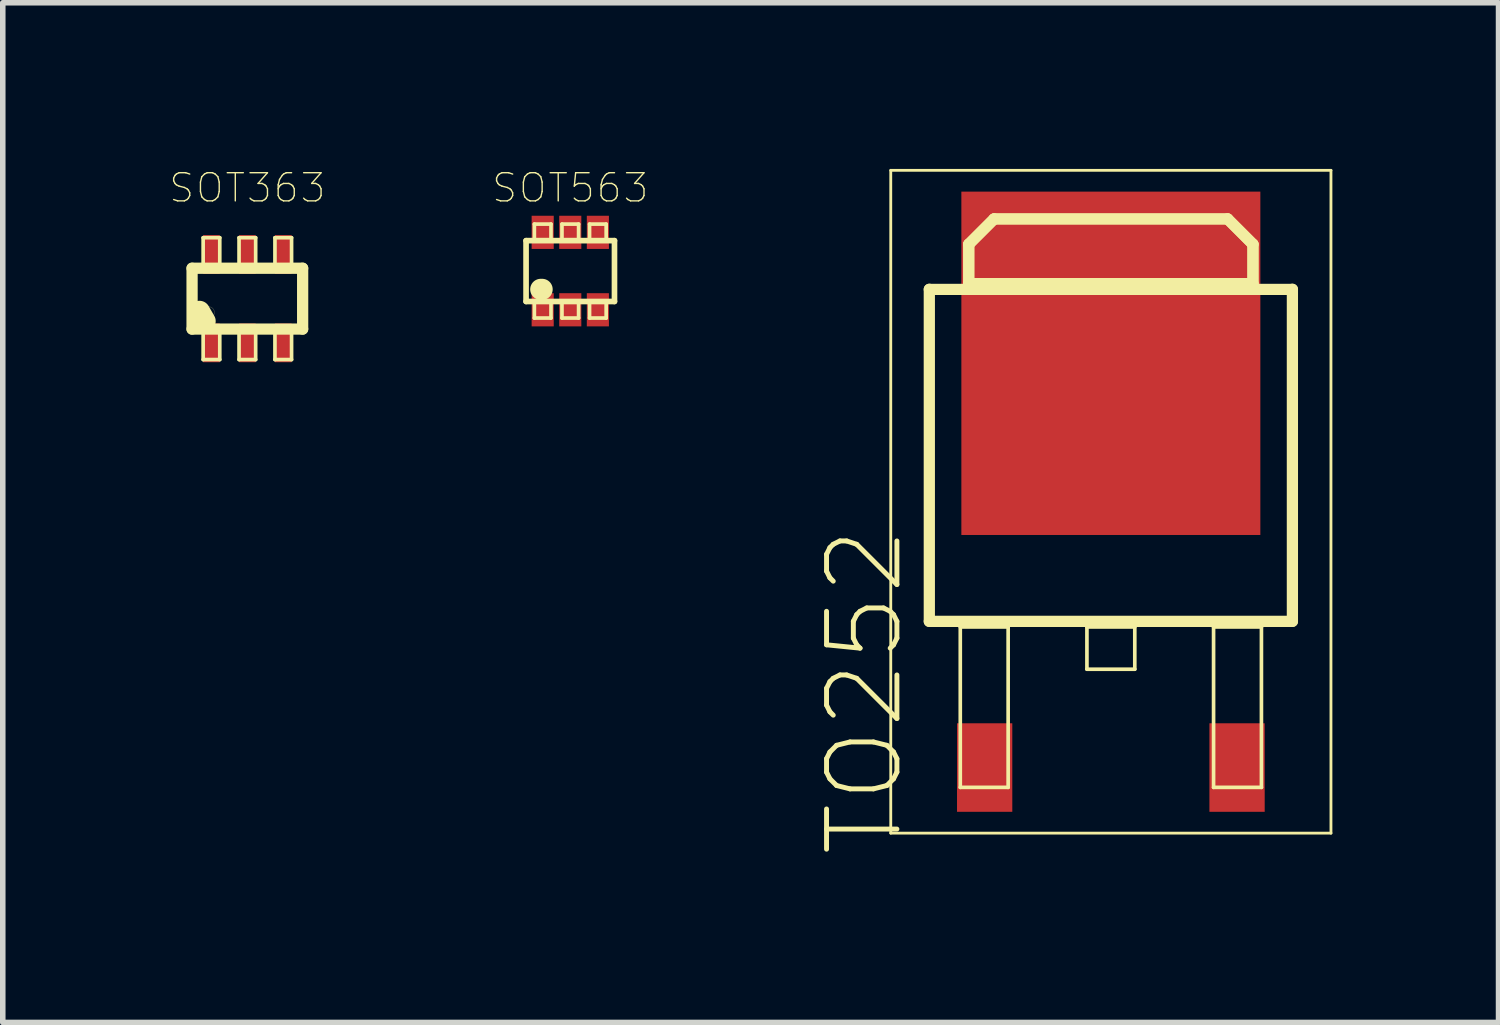
<source format=kicad_pcb>
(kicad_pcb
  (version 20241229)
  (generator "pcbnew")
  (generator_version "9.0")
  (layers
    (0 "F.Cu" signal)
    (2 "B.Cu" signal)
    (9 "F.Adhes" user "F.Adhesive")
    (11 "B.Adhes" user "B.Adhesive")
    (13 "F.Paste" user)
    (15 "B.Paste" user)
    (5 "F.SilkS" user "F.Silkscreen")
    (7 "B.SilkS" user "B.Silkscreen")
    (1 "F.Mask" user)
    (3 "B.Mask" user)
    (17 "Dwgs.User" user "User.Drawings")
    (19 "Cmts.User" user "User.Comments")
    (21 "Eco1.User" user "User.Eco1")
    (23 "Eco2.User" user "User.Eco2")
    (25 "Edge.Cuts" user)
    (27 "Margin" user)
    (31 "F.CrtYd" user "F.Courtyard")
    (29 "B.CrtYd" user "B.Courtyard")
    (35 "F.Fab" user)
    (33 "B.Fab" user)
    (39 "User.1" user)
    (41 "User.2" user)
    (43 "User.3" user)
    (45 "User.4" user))
  (footprint "TO252"
    (layer "F.Cu")
    (at 17.002 10.071)
    (property "Reference" "TO252" (at -4.445 -0.635 90) (layer "F.SilkS") (effects (font (size 1.27 1.27) (thickness 0.089))))
    (attr smd)
    (fp_line (start -3.973 -10.046) (end 3.973 -10.046) (stroke (width 0.051) (type solid)) (layer "F.SilkS"))
    (fp_line (start -3.973 1.918) (end -3.973 -10.046) (stroke (width 0.051) (type solid)) (layer "F.SilkS"))
    (fp_line (start -3.277 -7.897) (end 3.277 -7.897) (stroke (width 0.203) (type solid)) (layer "F.SilkS"))
    (fp_line (start -3.277 -1.905) (end -3.277 -7.899) (stroke (width 0.203) (type solid)) (layer "F.SilkS"))
    (fp_line (start -2.718 -1.803) (end -1.854 -1.803) (stroke (width 0.066) (type solid)) (layer "F.SilkS"))
    (fp_line (start -2.718 1.092) (end -2.718 -1.803) (stroke (width 0.066) (type solid)) (layer "F.SilkS"))
    (fp_line (start -2.718 1.092) (end -1.854 1.092) (stroke (width 0.066) (type solid)) (layer "F.SilkS"))
    (fp_line (start -2.565 -8.712) (end -2.108 -9.169) (stroke (width 0.198) (type solid)) (layer "F.SilkS"))
    (fp_line (start -2.565 -8.712) (end -2.108 -9.169) (stroke (width 0.203) (type solid)) (layer "F.SilkS"))
    (fp_line (start -2.565 -8.001) (end -2.565 -8.712) (stroke (width 0.198) (type solid)) (layer "F.SilkS"))
    (fp_line (start -2.565 -8.001) (end -2.565 -8.712) (stroke (width 0.203) (type solid)) (layer "F.SilkS"))
    (fp_line (start -2.108 -9.169) (end 2.108 -9.169) (stroke (width 0.198) (type solid)) (layer "F.SilkS"))
    (fp_line (start -2.108 -9.169) (end 2.108 -9.169) (stroke (width 0.203) (type solid)) (layer "F.SilkS"))
    (fp_line (start -1.854 1.092) (end -1.854 -1.803) (stroke (width 0.066) (type solid)) (layer "F.SilkS"))
    (fp_line (start -0.432 -1.803) (end 0.432 -1.803) (stroke (width 0.066) (type solid)) (layer "F.SilkS"))
    (fp_line (start -0.432 -1.041) (end -0.432 -1.803) (stroke (width 0.066) (type solid)) (layer "F.SilkS"))
    (fp_line (start -0.432 -1.041) (end 0.432 -1.041) (stroke (width 0.066) (type solid)) (layer "F.SilkS"))
    (fp_line (start 0.432 -1.041) (end 0.432 -1.803) (stroke (width 0.066) (type solid)) (layer "F.SilkS"))
    (fp_line (start 1.854 -1.803) (end 2.718 -1.803) (stroke (width 0.066) (type solid)) (layer "F.SilkS"))
    (fp_line (start 1.854 1.092) (end 1.854 -1.803) (stroke (width 0.066) (type solid)) (layer "F.SilkS"))
    (fp_line (start 1.854 1.092) (end 2.718 1.092) (stroke (width 0.066) (type solid)) (layer "F.SilkS"))
    (fp_line (start 2.108 -9.169) (end 2.565 -8.712) (stroke (width 0.198) (type solid)) (layer "F.SilkS"))
    (fp_line (start 2.108 -9.169) (end 2.565 -8.712) (stroke (width 0.203) (type solid)) (layer "F.SilkS"))
    (fp_line (start 2.565 -8.712) (end 2.565 -8.001) (stroke (width 0.198) (type solid)) (layer "F.SilkS"))
    (fp_line (start 2.565 -8.712) (end 2.565 -8.001) (stroke (width 0.203) (type solid)) (layer "F.SilkS"))
    (fp_line (start 2.565 -8.001) (end -2.565 -8.001) (stroke (width 0.198) (type solid)) (layer "F.SilkS"))
    (fp_line (start 2.565 -8.001) (end -2.565 -8.001) (stroke (width 0.203) (type solid)) (layer "F.SilkS"))
    (fp_line (start 2.718 1.092) (end 2.718 -1.803) (stroke (width 0.066) (type solid)) (layer "F.SilkS"))
    (fp_line (start 3.277 -7.899) (end 3.277 -1.905) (stroke (width 0.203) (type solid)) (layer "F.SilkS"))
    (fp_line (start 3.277 -1.905) (end -3.277 -1.905) (stroke (width 0.203) (type solid)) (layer "F.SilkS"))
    (fp_line (start 3.973 -10.046) (end 3.973 1.918) (stroke (width 0.051) (type solid)) (layer "F.SilkS"))
    (fp_line (start 3.973 1.918) (end -3.973 1.918) (stroke (width 0.051) (type solid)) (layer "F.SilkS"))
    (pad "1" smd rect (at -2.278 0.734) (size 0.998 1.598) (layers "F.Cu" "F.Mask" "F.Paste"))
    (pad "2" smd rect (at 0 -6.563) (size 5.397 6.198) (layers "F.Cu" "F.Mask" "F.Paste"))
    (pad "3" smd rect (at 2.278 0.734) (size 0.998 1.598) (layers "F.Cu" "F.Mask" "F.Paste")))
  (footprint "SOT563"
    (layer "F.Cu")
    (at 7.244 1.843)
    (property "Reference" "SOT563" (at 0 -1.501 0) (layer "F.SilkS") (effects (font (size 0.508 0.508) (thickness 0.025))))
    (attr smd)
    (fp_line (start -0.798 -0.549) (end -0.798 0.549) (stroke (width 0.102) (type solid)) (layer "F.SilkS"))
    (fp_line (start -0.798 -0.549) (end 0.798 -0.549) (stroke (width 0.102) (type solid)) (layer "F.SilkS"))
    (fp_line (start -0.798 0.549) (end 0.798 0.549) (stroke (width 0.102) (type solid)) (layer "F.SilkS"))
    (fp_line (start -0.648 -0.848) (end -0.348 -0.848) (stroke (width 0.066) (type solid)) (layer "F.SilkS"))
    (fp_line (start -0.648 -0.549) (end -0.648 -0.848) (stroke (width 0.066) (type solid)) (layer "F.SilkS"))
    (fp_line (start -0.648 -0.549) (end -0.348 -0.549) (stroke (width 0.066) (type solid)) (layer "F.SilkS"))
    (fp_line (start -0.648 0.549) (end -0.348 0.549) (stroke (width 0.066) (type solid)) (layer "F.SilkS"))
    (fp_line (start -0.648 0.848) (end -0.648 0.549) (stroke (width 0.066) (type solid)) (layer "F.SilkS"))
    (fp_line (start -0.648 0.848) (end -0.348 0.848) (stroke (width 0.066) (type solid)) (layer "F.SilkS"))
    (fp_line (start -0.533 0.33) (end -0.508 0.33) (stroke (width 0.381) (type solid)) (layer "F.SilkS"))
    (fp_line (start -0.348 -0.549) (end -0.348 -0.848) (stroke (width 0.066) (type solid)) (layer "F.SilkS"))
    (fp_line (start -0.348 0.848) (end -0.348 0.549) (stroke (width 0.066) (type solid)) (layer "F.SilkS"))
    (fp_line (start -0.15 -0.848) (end 0.15 -0.848) (stroke (width 0.066) (type solid)) (layer "F.SilkS"))
    (fp_line (start -0.15 -0.549) (end -0.15 -0.848) (stroke (width 0.066) (type solid)) (layer "F.SilkS"))
    (fp_line (start -0.15 -0.549) (end 0.15 -0.549) (stroke (width 0.066) (type solid)) (layer "F.SilkS"))
    (fp_line (start -0.15 0.549) (end 0.15 0.549) (stroke (width 0.066) (type solid)) (layer "F.SilkS"))
    (fp_line (start -0.15 0.848) (end -0.15 0.549) (stroke (width 0.066) (type solid)) (layer "F.SilkS"))
    (fp_line (start -0.15 0.848) (end 0.15 0.848) (stroke (width 0.066) (type solid)) (layer "F.SilkS"))
    (fp_line (start 0.15 -0.549) (end 0.15 -0.848) (stroke (width 0.066) (type solid)) (layer "F.SilkS"))
    (fp_line (start 0.15 0.848) (end 0.15 0.549) (stroke (width 0.066) (type solid)) (layer "F.SilkS"))
    (fp_line (start 0.348 -0.848) (end 0.648 -0.848) (stroke (width 0.066) (type solid)) (layer "F.SilkS"))
    (fp_line (start 0.348 -0.549) (end 0.348 -0.848) (stroke (width 0.066) (type solid)) (layer "F.SilkS"))
    (fp_line (start 0.348 -0.549) (end 0.648 -0.549) (stroke (width 0.066) (type solid)) (layer "F.SilkS"))
    (fp_line (start 0.348 0.549) (end 0.648 0.549) (stroke (width 0.066) (type solid)) (layer "F.SilkS"))
    (fp_line (start 0.348 0.848) (end 0.348 0.549) (stroke (width 0.066) (type solid)) (layer "F.SilkS"))
    (fp_line (start 0.348 0.848) (end 0.648 0.848) (stroke (width 0.066) (type solid)) (layer "F.SilkS"))
    (fp_line (start 0.648 -0.549) (end 0.648 -0.848) (stroke (width 0.066) (type solid)) (layer "F.SilkS"))
    (fp_line (start 0.648 0.848) (end 0.648 0.549) (stroke (width 0.066) (type solid)) (layer "F.SilkS"))
    (fp_line (start 0.798 0.549) (end 0.798 -0.549) (stroke (width 0.102) (type solid)) (layer "F.SilkS"))
    (fp_circle (center -0.574 0.323) (end -0.61 0.358) (stroke (width 0.003) (type solid)) (fill no) (layer "F.SilkS"))
    (pad "1" smd rect (at -0.498 0.699) (size 0.399 0.599) (layers "F.Cu" "F.Mask" "F.Paste"))
    (pad "2" smd rect (at 0 0.699) (size 0.399 0.599) (layers "F.Cu" "F.Mask" "F.Paste"))
    (pad "3" smd rect (at 0.498 0.699) (size 0.399 0.599) (layers "F.Cu" "F.Mask" "F.Paste"))
    (pad "4" smd rect (at 0.498 -0.699) (size 0.399 0.599) (layers "F.Cu" "F.Mask" "F.Paste"))
    (pad "5" smd rect (at 0 -0.699) (size 0.399 0.599) (layers "F.Cu" "F.Mask" "F.Paste"))
    (pad "6" smd rect (at -0.498 -0.699) (size 0.399 0.599) (layers "F.Cu" "F.Mask" "F.Paste")))
  (footprint "SOT363"
    (layer "F.Cu")
    (at 1.415 2.341)
    (property "Reference" "SOT363" (at 0 -1.999 0) (layer "F.SilkS") (effects (font (size 0.508 0.508) (thickness 0.025))))
    (attr smd)
    (fp_line (start -0.998 -0.549) (end 0.998 -0.549) (stroke (width 0.203) (type solid)) (layer "F.SilkS"))
    (fp_line (start -0.998 0.549) (end -0.998 -0.549) (stroke (width 0.203) (type solid)) (layer "F.SilkS"))
    (fp_line (start -0.864 0.229) (end -0.762 0.406) (stroke (width 0.381) (type solid)) (layer "F.SilkS"))
    (fp_line (start -0.798 -1.1) (end -0.498 -1.1) (stroke (width 0.066) (type solid)) (layer "F.SilkS"))
    (fp_line (start -0.798 -0.599) (end -0.798 -1.1) (stroke (width 0.066) (type solid)) (layer "F.SilkS"))
    (fp_line (start -0.798 -0.599) (end -0.498 -0.599) (stroke (width 0.066) (type solid)) (layer "F.SilkS"))
    (fp_line (start -0.798 0.599) (end -0.498 0.599) (stroke (width 0.066) (type solid)) (layer "F.SilkS"))
    (fp_line (start -0.798 1.1) (end -0.798 0.599) (stroke (width 0.066) (type solid)) (layer "F.SilkS"))
    (fp_line (start -0.798 1.1) (end -0.498 1.1) (stroke (width 0.066) (type solid)) (layer "F.SilkS"))
    (fp_line (start -0.498 -0.599) (end -0.498 -1.1) (stroke (width 0.066) (type solid)) (layer "F.SilkS"))
    (fp_line (start -0.498 1.1) (end -0.498 0.599) (stroke (width 0.066) (type solid)) (layer "F.SilkS"))
    (fp_line (start -0.15 -1.1) (end 0.15 -1.1) (stroke (width 0.066) (type solid)) (layer "F.SilkS"))
    (fp_line (start -0.15 -0.599) (end -0.15 -1.1) (stroke (width 0.066) (type solid)) (layer "F.SilkS"))
    (fp_line (start -0.15 -0.599) (end 0.15 -0.599) (stroke (width 0.066) (type solid)) (layer "F.SilkS"))
    (fp_line (start -0.15 0.599) (end 0.15 0.599) (stroke (width 0.066) (type solid)) (layer "F.SilkS"))
    (fp_line (start -0.15 1.1) (end -0.15 0.599) (stroke (width 0.066) (type solid)) (layer "F.SilkS"))
    (fp_line (start -0.15 1.1) (end 0.15 1.1) (stroke (width 0.066) (type solid)) (layer "F.SilkS"))
    (fp_line (start 0.15 -0.599) (end 0.15 -1.1) (stroke (width 0.066) (type solid)) (layer "F.SilkS"))
    (fp_line (start 0.15 1.1) (end 0.15 0.599) (stroke (width 0.066) (type solid)) (layer "F.SilkS"))
    (fp_line (start 0.498 -1.1) (end 0.798 -1.1) (stroke (width 0.066) (type solid)) (layer "F.SilkS"))
    (fp_line (start 0.498 -0.599) (end 0.498 -1.1) (stroke (width 0.066) (type solid)) (layer "F.SilkS"))
    (fp_line (start 0.498 -0.599) (end 0.798 -0.599) (stroke (width 0.066) (type solid)) (layer "F.SilkS"))
    (fp_line (start 0.498 0.599) (end 0.798 0.599) (stroke (width 0.066) (type solid)) (layer "F.SilkS"))
    (fp_line (start 0.498 1.1) (end 0.498 0.599) (stroke (width 0.066) (type solid)) (layer "F.SilkS"))
    (fp_line (start 0.498 1.1) (end 0.798 1.1) (stroke (width 0.066) (type solid)) (layer "F.SilkS"))
    (fp_line (start 0.798 -0.599) (end 0.798 -1.1) (stroke (width 0.066) (type solid)) (layer "F.SilkS"))
    (fp_line (start 0.798 1.1) (end 0.798 0.599) (stroke (width 0.066) (type solid)) (layer "F.SilkS"))
    (fp_line (start 0.998 -0.549) (end 0.998 0.549) (stroke (width 0.203) (type solid)) (layer "F.SilkS"))
    (fp_line (start 0.998 0.549) (end -0.998 0.549) (stroke (width 0.203) (type solid)) (layer "F.SilkS"))
    (fp_circle (center -0.699 0.249) (end -0.772 0.323) (stroke (width 0.003) (type solid)) (fill no) (layer "F.SilkS"))
    (pad "1" smd rect (at -0.648 0.798) (size 0.3 0.699) (layers "F.Cu" "F.Mask" "F.Paste"))
    (pad "2" smd rect (at 0 0.798) (size 0.3 0.699) (layers "F.Cu" "F.Mask" "F.Paste"))
    (pad "3" smd rect (at 0.648 0.798) (size 0.3 0.699) (layers "F.Cu" "F.Mask" "F.Paste"))
    (pad "4" smd rect (at 0.648 -0.798) (size 0.3 0.699) (layers "F.Cu" "F.Mask" "F.Paste"))
    (pad "5" smd rect (at 0 -0.798) (size 0.3 0.699) (layers "F.Cu" "F.Mask" "F.Paste"))
    (pad "6" smd rect (at -0.648 -0.798) (size 0.3 0.699) (layers "F.Cu" "F.Mask" "F.Paste")))
  (gr_rect
    (start -3 -3)
    (end 24 15.406)
    (stroke (width 0.1) (type default))
    (fill no)
    (layer "Edge.Cuts")))
</source>
